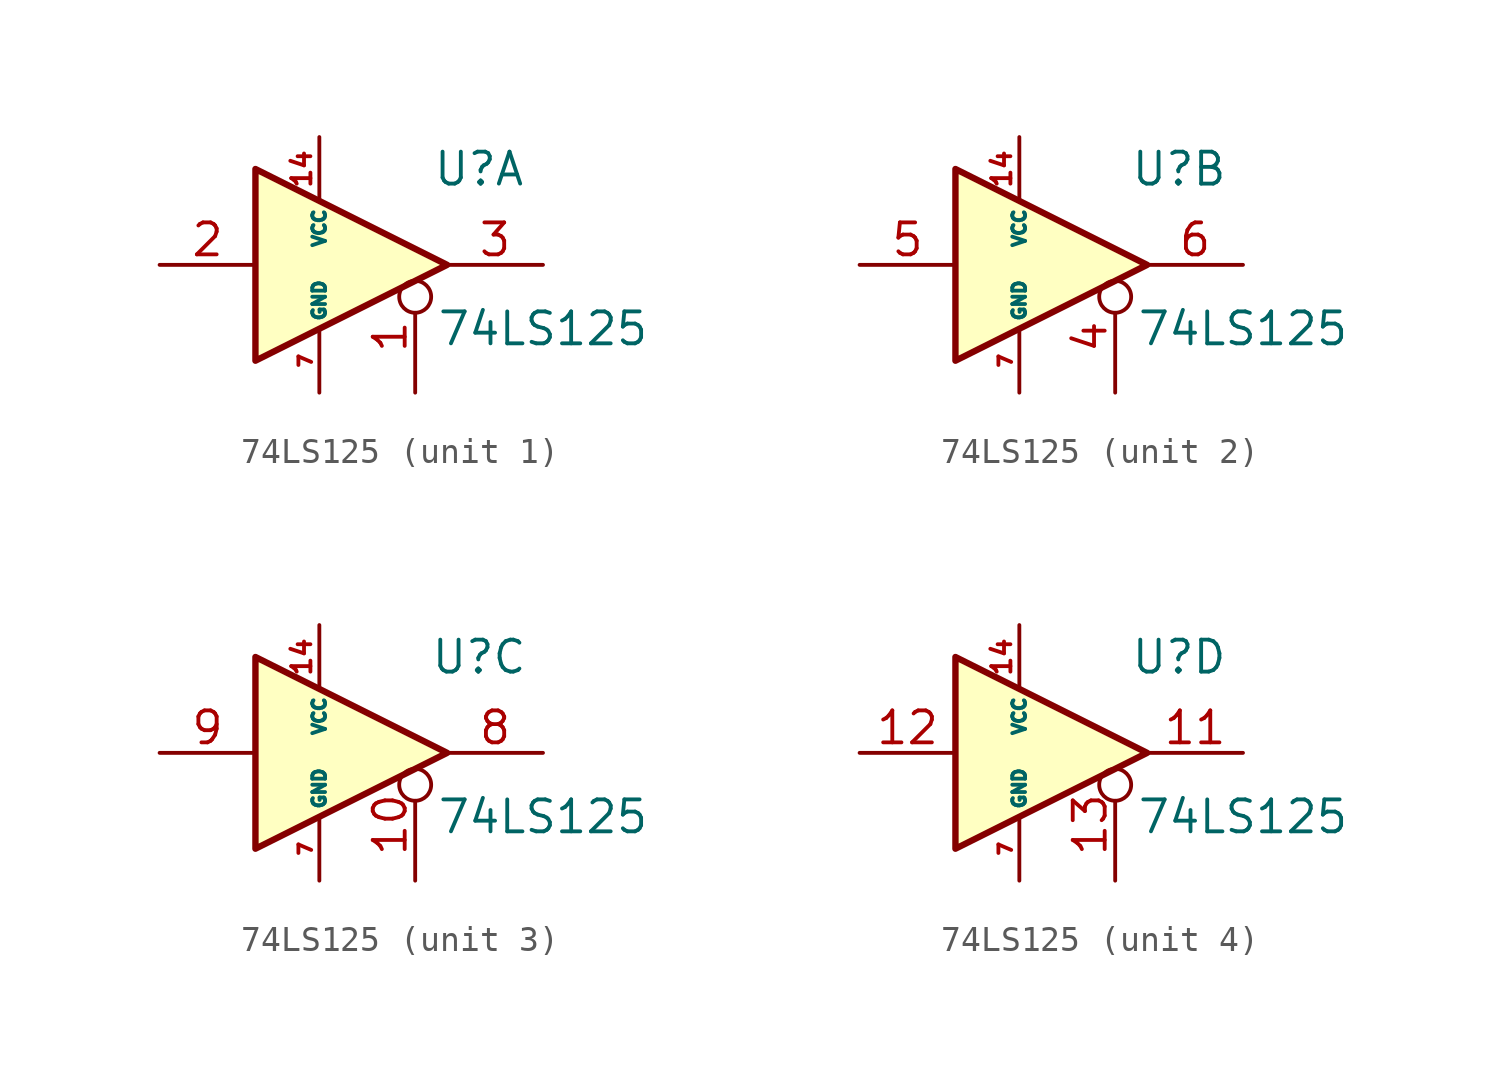
<source format=kicad_sym>
(kicad_symbol_lib
  (version 20201005)
  (generator kicad_symbol_editor)
  (symbol "pic_programmer_schlib:74LS125"
    (pin_names
      (offset 0.254))
    (property "Reference" "U"
      (at 5.08 3.81 0)
      (effects (font (size 1.27 1.27))))
    (property "Value" "74LS125"
      (at 7.62 -2.54 0)
      (effects (font (size 1.27 1.27))))
    (symbol "74LS125_1_0"
      (polyline (pts (xy -3.81 3.81) (xy -3.81 -3.81) (xy 3.81 0) (xy -3.81 3.81)) (stroke (width 0.254)) (fill (type background)))
      (pin input inverted (at 2.54 -5.08 90) (length 4.445) (name "~" (effects (font (size 1.27 1.27)))) (number "1" (effects (font (size 1.27 1.27)))))
      (pin input line (at -7.62 0 0) (length 3.81) (name "~" (effects (font (size 1.27 1.27)))) (number "2" (effects (font (size 1.27 1.27)))))
      (pin tri_state line (at 7.62 0 180) (length 3.81) (name "~" (effects (font (size 1.27 1.27)))) (number "3" (effects (font (size 1.27 1.27))))))
    (symbol "74LS125_2_0"
      (polyline (pts (xy -3.81 3.81) (xy -3.81 -3.81) (xy 3.81 0) (xy -3.81 3.81)) (stroke (width 0.254)) (fill (type background)))
      (pin input inverted (at 2.54 -5.08 90) (length 4.445) (name "~" (effects (font (size 1.27 1.27)))) (number "4" (effects (font (size 1.27 1.27)))))
      (pin input line (at -7.62 0 0) (length 3.81) (name "~" (effects (font (size 1.27 1.27)))) (number "5" (effects (font (size 1.27 1.27)))))
      (pin tri_state line (at 7.62 0 180) (length 3.81) (name "~" (effects (font (size 1.27 1.27)))) (number "6" (effects (font (size 1.27 1.27))))))
    (symbol "74LS125_3_0"
      (polyline (pts (xy -3.81 3.81) (xy -3.81 -3.81) (xy 3.81 0) (xy -3.81 3.81)) (stroke (width 0.254)) (fill (type background)))
      (pin input inverted (at 2.54 -5.08 90) (length 4.445) (name "~" (effects (font (size 1.27 1.27)))) (number "10" (effects (font (size 1.27 1.27)))))
      (pin tri_state line (at 7.62 0 180) (length 3.81) (name "~" (effects (font (size 1.27 1.27)))) (number "8" (effects (font (size 1.27 1.27)))))
      (pin input line (at -7.62 0 0) (length 3.81) (name "~" (effects (font (size 1.27 1.27)))) (number "9" (effects (font (size 1.27 1.27))))))
    (symbol "74LS125_4_0"
      (polyline (pts (xy -3.81 3.81) (xy -3.81 -3.81) (xy 3.81 0) (xy -3.81 3.81)) (stroke (width 0.254)) (fill (type background)))
      (pin tri_state line (at 7.62 0 180) (length 3.81) (name "~" (effects (font (size 1.27 1.27)))) (number "11" (effects (font (size 1.27 1.27)))))
      (pin input line (at -7.62 0 0) (length 3.81) (name "~" (effects (font (size 1.27 1.27)))) (number "12" (effects (font (size 1.27 1.27)))))
      (pin input inverted (at 2.54 -5.08 90) (length 4.445) (name "~" (effects (font (size 1.27 1.27)))) (number "13" (effects (font (size 1.27 1.27))))))
    (symbol "74LS125_0_0"
      (pin power_in line (at -1.27 5.08 270) (length 2.54) (name "VCC" (effects (font (size 0.508 0.508)))) (number "14" (effects (font (size 0.762 0.762)))))
      (pin power_in line (at -1.27 -5.08 90) (length 2.54) (name "GND" (effects (font (size 0.508 0.508)))) (number "7" (effects (font (size 0.508 0.508))))))))
</source>
